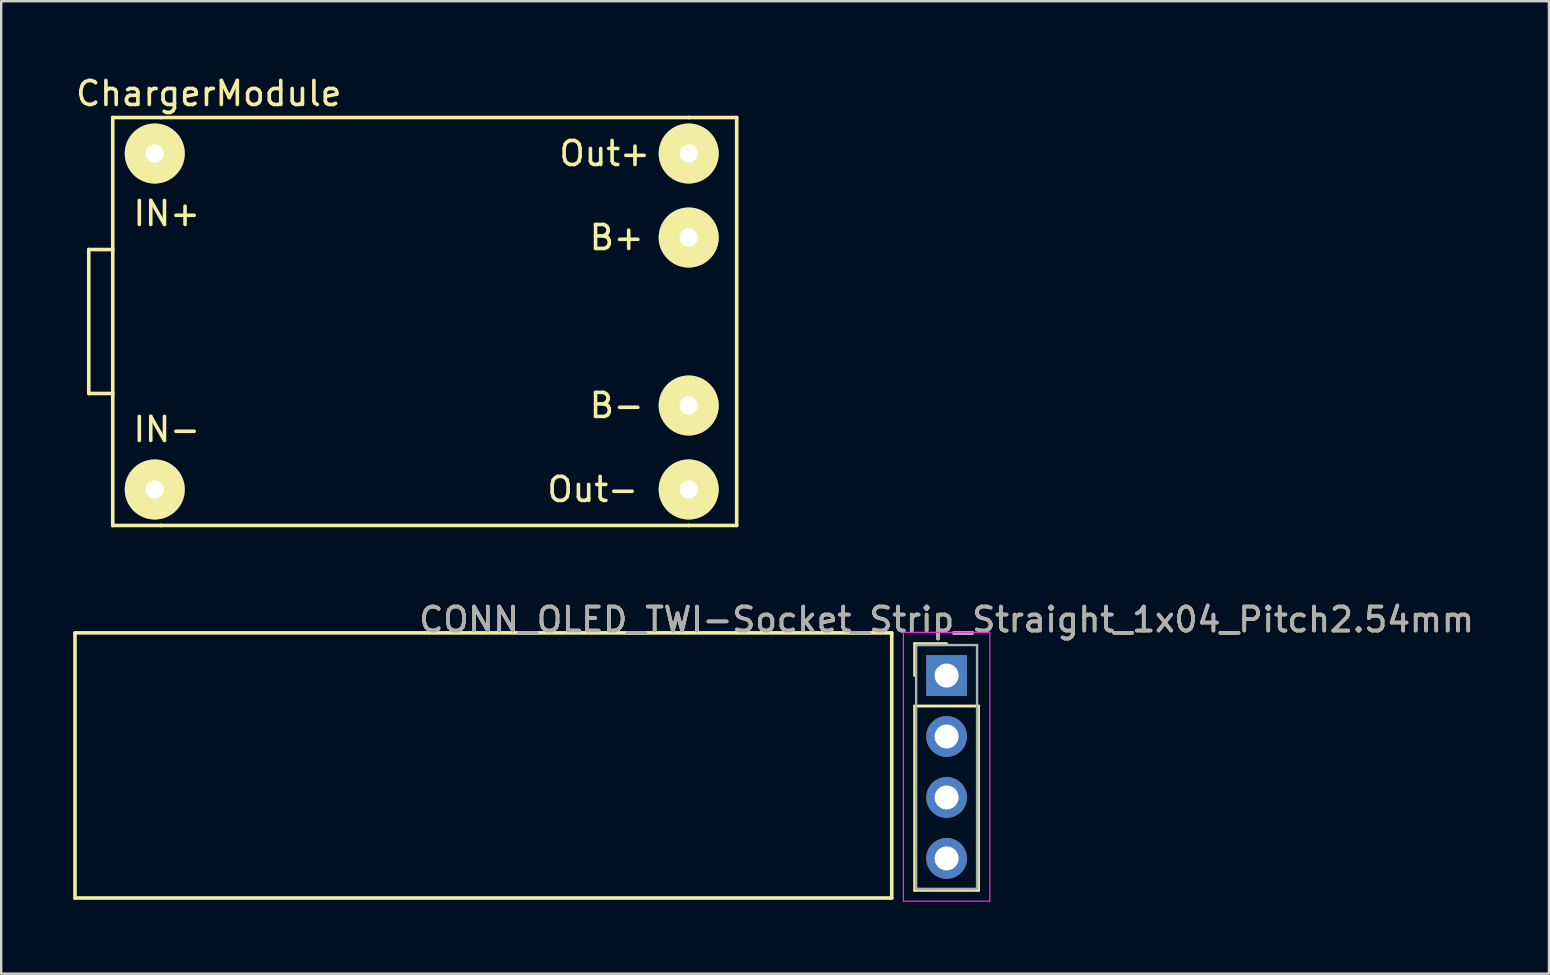
<source format=kicad_pcb>
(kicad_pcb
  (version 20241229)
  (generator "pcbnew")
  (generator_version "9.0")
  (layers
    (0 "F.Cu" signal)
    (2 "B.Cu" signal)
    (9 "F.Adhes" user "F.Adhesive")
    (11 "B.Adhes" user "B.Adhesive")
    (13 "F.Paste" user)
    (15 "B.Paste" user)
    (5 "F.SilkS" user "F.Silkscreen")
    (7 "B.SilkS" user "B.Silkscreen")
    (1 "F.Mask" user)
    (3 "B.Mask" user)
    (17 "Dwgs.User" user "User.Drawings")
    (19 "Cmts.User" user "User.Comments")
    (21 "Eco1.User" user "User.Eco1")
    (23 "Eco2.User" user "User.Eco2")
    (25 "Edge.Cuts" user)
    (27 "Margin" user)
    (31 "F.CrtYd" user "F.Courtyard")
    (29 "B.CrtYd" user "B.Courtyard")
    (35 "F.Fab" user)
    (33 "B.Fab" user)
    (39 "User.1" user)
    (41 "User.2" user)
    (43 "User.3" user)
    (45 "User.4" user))
  (footprint "ChargerModule"
    (layer "F.Cu")
    (at 14.649 10.348)
    (property "Reference" "ChargerModule" (at -9 -9.5 0) (layer "F.SilkS") (effects (font (size 1 1) (thickness 0.15))))
    (attr through_hole)
    (fp_line (start -14 -3) (end -14 3) (stroke (width 0.15) (type solid)) (layer "F.SilkS"))
    (fp_line (start -14 3) (end -13 3) (stroke (width 0.15) (type solid)) (layer "F.SilkS"))
    (fp_line (start -13 -8.5) (end -13 8.5) (stroke (width 0.15) (type solid)) (layer "F.SilkS"))
    (fp_line (start -13 -3) (end -14 -3) (stroke (width 0.15) (type solid)) (layer "F.SilkS"))
    (fp_line (start -13 8.5) (end -11 8.5) (stroke (width 0.15) (type solid)) (layer "F.SilkS"))
    (fp_line (start -11 -8.5) (end -13 -8.5) (stroke (width 0.15) (type solid)) (layer "F.SilkS"))
    (fp_line (start -11 8.5) (end 11 8.5) (stroke (width 0.15) (type solid)) (layer "F.SilkS"))
    (fp_line (start 11 -8.5) (end -11 -8.5) (stroke (width 0.15) (type solid)) (layer "F.SilkS"))
    (fp_line (start 11 -8.5) (end 13 -8.5) (stroke (width 0.15) (type solid)) (layer "F.SilkS"))
    (fp_line (start 13 -8.5) (end 13 8.5) (stroke (width 0.15) (type solid)) (layer "F.SilkS"))
    (fp_line (start 13 8.5) (end 11 8.5) (stroke (width 0.15) (type solid)) (layer "F.SilkS"))
    (fp_text user "B+" (at 8 -3.5 0) (layer "F.SilkS") (effects (font (size 1 1) (thickness 0.15))))
    (fp_text user "IN+" (at -10.75 -4.5 0) (layer "F.SilkS") (effects (font (size 1 1) (thickness 0.15))))
    (fp_text user "Out-" (at 7 7 0) (layer "F.SilkS") (effects (font (size 1 1) (thickness 0.15))))
    (fp_text user "Out+" (at 7.5 -7 0) (layer "F.SilkS") (effects (font (size 1 1) (thickness 0.15))))
    (fp_text user "IN-" (at -10.75 4.5 0) (layer "F.SilkS") (effects (font (size 1 1) (thickness 0.15))))
    (fp_text user "B-" (at 8 3.5 0) (layer "F.SilkS") (effects (font (size 1 1) (thickness 0.15))))
    (pad "1" thru_hole circle (at -11.25 -7) (size 2.5 2.5) (drill 0.762) (layers "*.Mask" "B.Cu" "F.SilkS"))
    (pad "2" thru_hole circle (at -11.25 7) (size 2.5 2.5) (drill 0.762) (layers "*.Mask" "B.Cu" "F.SilkS"))
    (pad "3" thru_hole circle (at 11 -7) (size 2.5 2.5) (drill 0.762) (layers "*.Mask" "B.Cu" "F.SilkS"))
    (pad "4" thru_hole circle (at 11 -3.5) (size 2.5 2.5) (drill 0.762) (layers "*.Mask" "B.Cu" "F.SilkS"))
    (pad "5" thru_hole circle (at 11 3.5) (size 2.5 2.5) (drill 0.762) (layers "*.Mask" "B.Cu" "F.SilkS"))
    (pad "6" thru_hole circle (at 11 7) (size 2.5 2.5) (drill 0.762) (layers "*.Mask" "B.Cu" "F.SilkS")))
  (footprint "CONN_OLED_TWI-Socket_Strip_Straight_1x04_Pitch2.54mm"
    (layer "F.Cu")
    (at 36.397 25.102)
    (property "Reference" "CONN_OLED_TWI-Socket_Strip_Straight_1x04_Pitch2.54mm" (at 0 -2.33 0) (layer "F.SilkS") (effects (font (size 1 1) (thickness 0.15))))
    (attr through_hole)
    (fp_line (start -36.322 -1.778) (end -36.322 9.271) (stroke (width 0.15) (type solid)) (layer "F.SilkS"))
    (fp_line (start -2.286 -1.778) (end -36.322 -1.778) (stroke (width 0.15) (type solid)) (layer "F.SilkS"))
    (fp_line (start -2.286 -1.778) (end -2.286 9.271) (stroke (width 0.15) (type solid)) (layer "F.SilkS"))
    (fp_line (start -2.286 9.271) (end -36.322 9.271) (stroke (width 0.15) (type solid)) (layer "F.SilkS"))
    (fp_line (start -1.33 -1.33) (end 0 -1.33) (stroke (width 0.12) (type solid)) (layer "F.SilkS"))
    (fp_line (start -1.33 0) (end -1.33 -1.33) (stroke (width 0.12) (type solid)) (layer "F.SilkS"))
    (fp_line (start -1.33 1.27) (end -1.33 8.95) (stroke (width 0.12) (type solid)) (layer "F.SilkS"))
    (fp_line (start -1.33 8.95) (end 1.33 8.95) (stroke (width 0.12) (type solid)) (layer "F.SilkS"))
    (fp_line (start 1.33 1.27) (end -1.33 1.27) (stroke (width 0.12) (type solid)) (layer "F.SilkS"))
    (fp_line (start 1.33 8.95) (end 1.33 1.27) (stroke (width 0.12) (type solid)) (layer "F.SilkS"))
    (fp_line (start -1.8 -1.8) (end -1.8 9.4) (stroke (width 0.05) (type solid)) (layer "F.CrtYd"))
    (fp_line (start -1.8 9.4) (end 1.8 9.4) (stroke (width 0.05) (type solid)) (layer "F.CrtYd"))
    (fp_line (start 1.8 -1.8) (end -1.8 -1.8) (stroke (width 0.05) (type solid)) (layer "F.CrtYd"))
    (fp_line (start 1.8 9.4) (end 1.8 -1.8) (stroke (width 0.05) (type solid)) (layer "F.CrtYd"))
    (fp_line (start -1.27 -1.27) (end -1.27 8.89) (stroke (width 0.1) (type solid)) (layer "F.Fab"))
    (fp_line (start -1.27 8.89) (end 1.27 8.89) (stroke (width 0.1) (type solid)) (layer "F.Fab"))
    (fp_line (start 1.27 -1.27) (end -1.27 -1.27) (stroke (width 0.1) (type solid)) (layer "F.Fab"))
    (fp_line (start 1.27 8.89) (end 1.27 -1.27) (stroke (width 0.1) (type solid)) (layer "F.Fab"))
    (fp_text user "${REFERENCE}" (at 0 -2.33 0) (layer "F.Fab") (effects (font (size 1 1) (thickness 0.15))))
    (pad "1" thru_hole rect (at 0 0) (size 1.7 1.7) (drill 1) (layers "*.Cu" "*.Mask"))
    (pad "2" thru_hole oval (at 0 2.54) (size 1.7 1.7) (drill 1) (layers "*.Cu" "*.Mask"))
    (pad "3" thru_hole oval (at 0 5.08) (size 1.7 1.7) (drill 1) (layers "*.Cu" "*.Mask"))
    (pad "4" thru_hole oval (at 0 7.62) (size 1.7 1.7) (drill 1) (layers "*.Cu" "*.Mask")))
  (gr_rect
    (start -3 -3)
    (end 61.498 37.526)
    (stroke (width 0.1) (type default))
    (fill no)
    (layer "Edge.Cuts")))
</source>
